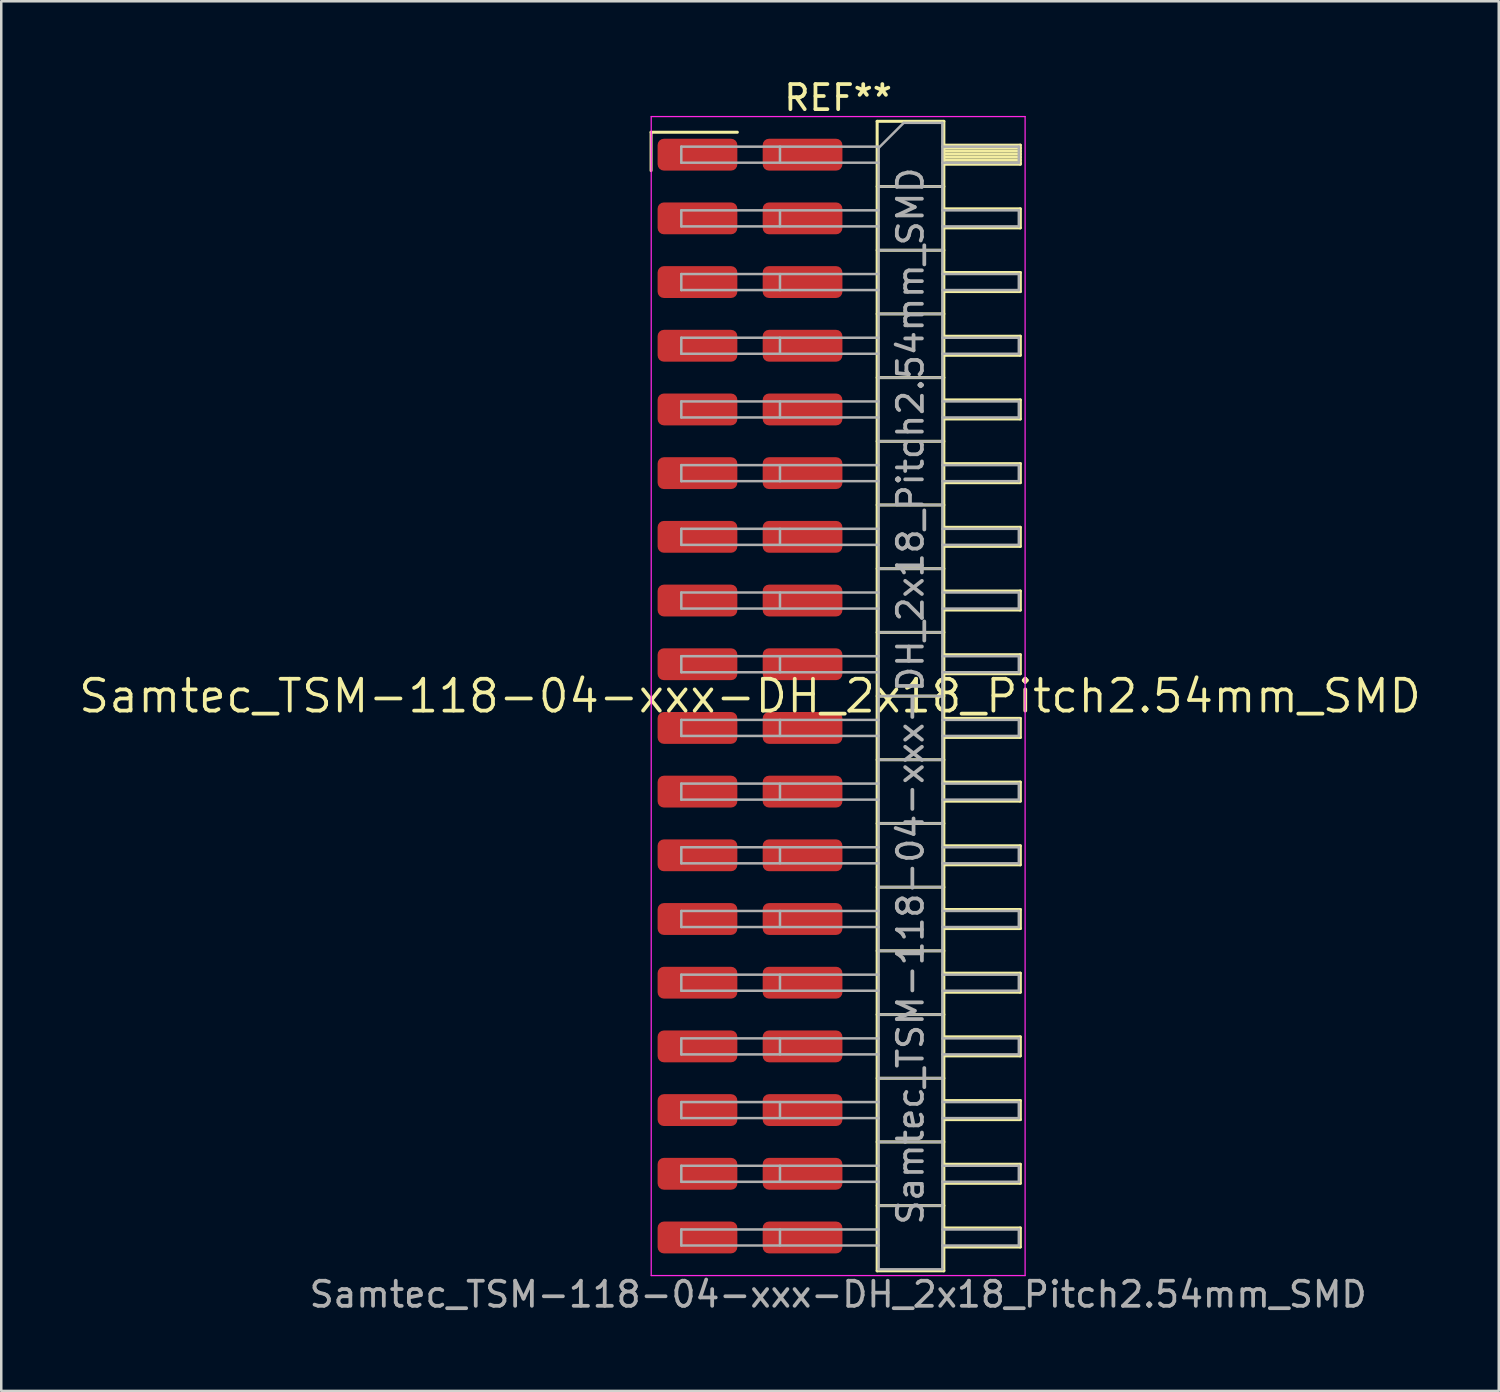
<source format=kicad_pcb>
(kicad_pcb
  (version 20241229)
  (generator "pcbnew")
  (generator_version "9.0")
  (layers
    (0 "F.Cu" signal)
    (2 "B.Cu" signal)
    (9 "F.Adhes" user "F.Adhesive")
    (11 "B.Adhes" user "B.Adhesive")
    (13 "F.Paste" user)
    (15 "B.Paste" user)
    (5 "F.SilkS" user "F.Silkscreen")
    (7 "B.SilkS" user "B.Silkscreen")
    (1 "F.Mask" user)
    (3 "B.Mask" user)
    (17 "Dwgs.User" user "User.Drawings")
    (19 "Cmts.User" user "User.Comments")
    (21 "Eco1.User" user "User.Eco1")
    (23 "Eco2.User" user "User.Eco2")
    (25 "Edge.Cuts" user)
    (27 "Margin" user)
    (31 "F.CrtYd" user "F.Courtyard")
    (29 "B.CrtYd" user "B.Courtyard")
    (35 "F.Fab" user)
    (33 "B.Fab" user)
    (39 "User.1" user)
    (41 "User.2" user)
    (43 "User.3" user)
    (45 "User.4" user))
  (footprint "Samtec_TSM-118-04-xxx-DH_2x18_Pitch2.54mm_SMD"
    (layer "F.Cu")
    (at 26.859 24.708)
    (property "Reference" "Samtec_TSM-118-04-xxx-DH_2x18_Pitch2.54mm_SMD" (at 0 0 0) (layer "F.SilkS") (effects (font (size 1.27 1.27) (thickness 0.15))))
    (attr smd)
    (fp_line (start -3.945 -22.485) (end -0.505 -22.485) (stroke (width 0.12) (type solid)) (layer "F.SilkS"))
    (fp_line (start -3.945 -20.955) (end -3.945 -22.485) (stroke (width 0.12) (type solid)) (layer "F.SilkS"))
    (fp_line (start 5.07 -22.92) (end 7.73 -22.92) (stroke (width 0.12) (type solid)) (layer "F.SilkS"))
    (fp_line (start 5.07 -20.32) (end 7.73 -20.32) (stroke (width 0.12) (type solid)) (layer "F.SilkS"))
    (fp_line (start 5.07 -17.78) (end 7.73 -17.78) (stroke (width 0.12) (type solid)) (layer "F.SilkS"))
    (fp_line (start 5.07 -15.24) (end 7.73 -15.24) (stroke (width 0.12) (type solid)) (layer "F.SilkS"))
    (fp_line (start 5.07 -12.7) (end 7.73 -12.7) (stroke (width 0.12) (type solid)) (layer "F.SilkS"))
    (fp_line (start 5.07 -10.16) (end 7.73 -10.16) (stroke (width 0.12) (type solid)) (layer "F.SilkS"))
    (fp_line (start 5.07 -7.62) (end 7.73 -7.62) (stroke (width 0.12) (type solid)) (layer "F.SilkS"))
    (fp_line (start 5.07 -5.08) (end 7.73 -5.08) (stroke (width 0.12) (type solid)) (layer "F.SilkS"))
    (fp_line (start 5.07 -2.54) (end 7.73 -2.54) (stroke (width 0.12) (type solid)) (layer "F.SilkS"))
    (fp_line (start 5.07 0) (end 7.73 0) (stroke (width 0.12) (type solid)) (layer "F.SilkS"))
    (fp_line (start 5.07 2.54) (end 7.73 2.54) (stroke (width 0.12) (type solid)) (layer "F.SilkS"))
    (fp_line (start 5.07 5.08) (end 7.73 5.08) (stroke (width 0.12) (type solid)) (layer "F.SilkS"))
    (fp_line (start 5.07 7.62) (end 7.73 7.62) (stroke (width 0.12) (type solid)) (layer "F.SilkS"))
    (fp_line (start 5.07 10.16) (end 7.73 10.16) (stroke (width 0.12) (type solid)) (layer "F.SilkS"))
    (fp_line (start 5.07 12.7) (end 7.73 12.7) (stroke (width 0.12) (type solid)) (layer "F.SilkS"))
    (fp_line (start 5.07 15.24) (end 7.73 15.24) (stroke (width 0.12) (type solid)) (layer "F.SilkS"))
    (fp_line (start 5.07 17.78) (end 7.73 17.78) (stroke (width 0.12) (type solid)) (layer "F.SilkS"))
    (fp_line (start 5.07 20.32) (end 7.73 20.32) (stroke (width 0.12) (type solid)) (layer "F.SilkS"))
    (fp_line (start 5.07 22.92) (end 5.07 -22.92) (stroke (width 0.12) (type solid)) (layer "F.SilkS"))
    (fp_line (start 7.73 -22.92) (end 7.73 22.92) (stroke (width 0.12) (type solid)) (layer "F.SilkS"))
    (fp_line (start 7.73 -21.97) (end 10.78 -21.97) (stroke (width 0.12) (type solid)) (layer "F.SilkS"))
    (fp_line (start 7.73 -21.85) (end 10.78 -21.85) (stroke (width 0.12) (type solid)) (layer "F.SilkS"))
    (fp_line (start 7.73 -21.73) (end 10.78 -21.73) (stroke (width 0.12) (type solid)) (layer "F.SilkS"))
    (fp_line (start 7.73 -21.61) (end 10.78 -21.61) (stroke (width 0.12) (type solid)) (layer "F.SilkS"))
    (fp_line (start 7.73 -21.49) (end 10.78 -21.49) (stroke (width 0.12) (type solid)) (layer "F.SilkS"))
    (fp_line (start 7.73 -21.37) (end 10.78 -21.37) (stroke (width 0.12) (type solid)) (layer "F.SilkS"))
    (fp_line (start 7.73 -21.25) (end 10.78 -21.25) (stroke (width 0.12) (type solid)) (layer "F.SilkS"))
    (fp_line (start 7.73 -21.21) (end 10.78 -21.21) (stroke (width 0.12) (type solid)) (layer "F.SilkS"))
    (fp_line (start 7.73 -19.43) (end 10.78 -19.43) (stroke (width 0.12) (type solid)) (layer "F.SilkS"))
    (fp_line (start 7.73 -18.67) (end 10.78 -18.67) (stroke (width 0.12) (type solid)) (layer "F.SilkS"))
    (fp_line (start 7.73 -16.89) (end 10.78 -16.89) (stroke (width 0.12) (type solid)) (layer "F.SilkS"))
    (fp_line (start 7.73 -16.13) (end 10.78 -16.13) (stroke (width 0.12) (type solid)) (layer "F.SilkS"))
    (fp_line (start 7.73 -14.35) (end 10.78 -14.35) (stroke (width 0.12) (type solid)) (layer "F.SilkS"))
    (fp_line (start 7.73 -13.59) (end 10.78 -13.59) (stroke (width 0.12) (type solid)) (layer "F.SilkS"))
    (fp_line (start 7.73 -11.81) (end 10.78 -11.81) (stroke (width 0.12) (type solid)) (layer "F.SilkS"))
    (fp_line (start 7.73 -11.05) (end 10.78 -11.05) (stroke (width 0.12) (type solid)) (layer "F.SilkS"))
    (fp_line (start 7.73 -9.27) (end 10.78 -9.27) (stroke (width 0.12) (type solid)) (layer "F.SilkS"))
    (fp_line (start 7.73 -8.51) (end 10.78 -8.51) (stroke (width 0.12) (type solid)) (layer "F.SilkS"))
    (fp_line (start 7.73 -6.73) (end 10.78 -6.73) (stroke (width 0.12) (type solid)) (layer "F.SilkS"))
    (fp_line (start 7.73 -5.97) (end 10.78 -5.97) (stroke (width 0.12) (type solid)) (layer "F.SilkS"))
    (fp_line (start 7.73 -4.19) (end 10.78 -4.19) (stroke (width 0.12) (type solid)) (layer "F.SilkS"))
    (fp_line (start 7.73 -3.43) (end 10.78 -3.43) (stroke (width 0.12) (type solid)) (layer "F.SilkS"))
    (fp_line (start 7.73 -1.65) (end 10.78 -1.65) (stroke (width 0.12) (type solid)) (layer "F.SilkS"))
    (fp_line (start 7.73 -0.89) (end 10.78 -0.89) (stroke (width 0.12) (type solid)) (layer "F.SilkS"))
    (fp_line (start 7.73 0.89) (end 10.78 0.89) (stroke (width 0.12) (type solid)) (layer "F.SilkS"))
    (fp_line (start 7.73 1.65) (end 10.78 1.65) (stroke (width 0.12) (type solid)) (layer "F.SilkS"))
    (fp_line (start 7.73 3.43) (end 10.78 3.43) (stroke (width 0.12) (type solid)) (layer "F.SilkS"))
    (fp_line (start 7.73 4.19) (end 10.78 4.19) (stroke (width 0.12) (type solid)) (layer "F.SilkS"))
    (fp_line (start 7.73 5.97) (end 10.78 5.97) (stroke (width 0.12) (type solid)) (layer "F.SilkS"))
    (fp_line (start 7.73 6.73) (end 10.78 6.73) (stroke (width 0.12) (type solid)) (layer "F.SilkS"))
    (fp_line (start 7.73 8.51) (end 10.78 8.51) (stroke (width 0.12) (type solid)) (layer "F.SilkS"))
    (fp_line (start 7.73 9.27) (end 10.78 9.27) (stroke (width 0.12) (type solid)) (layer "F.SilkS"))
    (fp_line (start 7.73 11.05) (end 10.78 11.05) (stroke (width 0.12) (type solid)) (layer "F.SilkS"))
    (fp_line (start 7.73 11.81) (end 10.78 11.81) (stroke (width 0.12) (type solid)) (layer "F.SilkS"))
    (fp_line (start 7.73 13.59) (end 10.78 13.59) (stroke (width 0.12) (type solid)) (layer "F.SilkS"))
    (fp_line (start 7.73 14.35) (end 10.78 14.35) (stroke (width 0.12) (type solid)) (layer "F.SilkS"))
    (fp_line (start 7.73 16.13) (end 10.78 16.13) (stroke (width 0.12) (type solid)) (layer "F.SilkS"))
    (fp_line (start 7.73 16.89) (end 10.78 16.89) (stroke (width 0.12) (type solid)) (layer "F.SilkS"))
    (fp_line (start 7.73 18.67) (end 10.78 18.67) (stroke (width 0.12) (type solid)) (layer "F.SilkS"))
    (fp_line (start 7.73 19.43) (end 10.78 19.43) (stroke (width 0.12) (type solid)) (layer "F.SilkS"))
    (fp_line (start 7.73 21.21) (end 10.78 21.21) (stroke (width 0.12) (type solid)) (layer "F.SilkS"))
    (fp_line (start 7.73 21.97) (end 10.78 21.97) (stroke (width 0.12) (type solid)) (layer "F.SilkS"))
    (fp_line (start 7.73 22.92) (end 5.07 22.92) (stroke (width 0.12) (type solid)) (layer "F.SilkS"))
    (fp_line (start 10.78 -21.97) (end 10.78 -21.21) (stroke (width 0.12) (type solid)) (layer "F.SilkS"))
    (fp_line (start 10.78 -19.43) (end 10.78 -18.67) (stroke (width 0.12) (type solid)) (layer "F.SilkS"))
    (fp_line (start 10.78 -16.89) (end 10.78 -16.13) (stroke (width 0.12) (type solid)) (layer "F.SilkS"))
    (fp_line (start 10.78 -14.35) (end 10.78 -13.59) (stroke (width 0.12) (type solid)) (layer "F.SilkS"))
    (fp_line (start 10.78 -11.81) (end 10.78 -11.05) (stroke (width 0.12) (type solid)) (layer "F.SilkS"))
    (fp_line (start 10.78 -9.27) (end 10.78 -8.51) (stroke (width 0.12) (type solid)) (layer "F.SilkS"))
    (fp_line (start 10.78 -6.73) (end 10.78 -5.97) (stroke (width 0.12) (type solid)) (layer "F.SilkS"))
    (fp_line (start 10.78 -4.19) (end 10.78 -3.43) (stroke (width 0.12) (type solid)) (layer "F.SilkS"))
    (fp_line (start 10.78 -1.65) (end 10.78 -0.89) (stroke (width 0.12) (type solid)) (layer "F.SilkS"))
    (fp_line (start 10.78 0.89) (end 10.78 1.65) (stroke (width 0.12) (type solid)) (layer "F.SilkS"))
    (fp_line (start 10.78 3.43) (end 10.78 4.19) (stroke (width 0.12) (type solid)) (layer "F.SilkS"))
    (fp_line (start 10.78 5.97) (end 10.78 6.73) (stroke (width 0.12) (type solid)) (layer "F.SilkS"))
    (fp_line (start 10.78 8.51) (end 10.78 9.27) (stroke (width 0.12) (type solid)) (layer "F.SilkS"))
    (fp_line (start 10.78 11.05) (end 10.78 11.81) (stroke (width 0.12) (type solid)) (layer "F.SilkS"))
    (fp_line (start 10.78 13.59) (end 10.78 14.35) (stroke (width 0.12) (type solid)) (layer "F.SilkS"))
    (fp_line (start 10.78 16.13) (end 10.78 16.89) (stroke (width 0.12) (type solid)) (layer "F.SilkS"))
    (fp_line (start 10.78 18.67) (end 10.78 19.43) (stroke (width 0.12) (type solid)) (layer "F.SilkS"))
    (fp_line (start 10.78 21.21) (end 10.78 21.97) (stroke (width 0.12) (type solid)) (layer "F.SilkS"))
    (fp_line (start -3.94 -23.11) (end 10.97 -23.11) (stroke (width 0.05) (type solid)) (layer "F.CrtYd"))
    (fp_line (start -3.94 23.11) (end -3.94 -23.11) (stroke (width 0.05) (type solid)) (layer "F.CrtYd"))
    (fp_line (start 10.97 -23.11) (end 10.97 23.11) (stroke (width 0.05) (type solid)) (layer "F.CrtYd"))
    (fp_line (start 10.97 23.11) (end -3.94 23.11) (stroke (width 0.05) (type solid)) (layer "F.CrtYd"))
    (fp_line (start -2.74 -21.91) (end -2.74 -21.27) (stroke (width 0.1) (type solid)) (layer "F.Fab"))
    (fp_line (start -2.74 -21.91) (end 5.13 -21.91) (stroke (width 0.1) (type solid)) (layer "F.Fab"))
    (fp_line (start -2.74 -21.27) (end 5.13 -21.27) (stroke (width 0.1) (type solid)) (layer "F.Fab"))
    (fp_line (start -2.74 -19.37) (end -2.74 -18.73) (stroke (width 0.1) (type solid)) (layer "F.Fab"))
    (fp_line (start -2.74 -19.37) (end 5.13 -19.37) (stroke (width 0.1) (type solid)) (layer "F.Fab"))
    (fp_line (start -2.74 -18.73) (end 5.13 -18.73) (stroke (width 0.1) (type solid)) (layer "F.Fab"))
    (fp_line (start -2.74 -16.83) (end -2.74 -16.19) (stroke (width 0.1) (type solid)) (layer "F.Fab"))
    (fp_line (start -2.74 -16.83) (end 5.13 -16.83) (stroke (width 0.1) (type solid)) (layer "F.Fab"))
    (fp_line (start -2.74 -16.19) (end 5.13 -16.19) (stroke (width 0.1) (type solid)) (layer "F.Fab"))
    (fp_line (start -2.74 -14.29) (end -2.74 -13.65) (stroke (width 0.1) (type solid)) (layer "F.Fab"))
    (fp_line (start -2.74 -14.29) (end 5.13 -14.29) (stroke (width 0.1) (type solid)) (layer "F.Fab"))
    (fp_line (start -2.74 -13.65) (end 5.13 -13.65) (stroke (width 0.1) (type solid)) (layer "F.Fab"))
    (fp_line (start -2.74 -11.75) (end -2.74 -11.11) (stroke (width 0.1) (type solid)) (layer "F.Fab"))
    (fp_line (start -2.74 -11.75) (end 5.13 -11.75) (stroke (width 0.1) (type solid)) (layer "F.Fab"))
    (fp_line (start -2.74 -11.11) (end 5.13 -11.11) (stroke (width 0.1) (type solid)) (layer "F.Fab"))
    (fp_line (start -2.74 -9.21) (end -2.74 -8.57) (stroke (width 0.1) (type solid)) (layer "F.Fab"))
    (fp_line (start -2.74 -9.21) (end 5.13 -9.21) (stroke (width 0.1) (type solid)) (layer "F.Fab"))
    (fp_line (start -2.74 -8.57) (end 5.13 -8.57) (stroke (width 0.1) (type solid)) (layer "F.Fab"))
    (fp_line (start -2.74 -6.67) (end -2.74 -6.03) (stroke (width 0.1) (type solid)) (layer "F.Fab"))
    (fp_line (start -2.74 -6.67) (end 5.13 -6.67) (stroke (width 0.1) (type solid)) (layer "F.Fab"))
    (fp_line (start -2.74 -6.03) (end 5.13 -6.03) (stroke (width 0.1) (type solid)) (layer "F.Fab"))
    (fp_line (start -2.74 -4.13) (end -2.74 -3.49) (stroke (width 0.1) (type solid)) (layer "F.Fab"))
    (fp_line (start -2.74 -4.13) (end 5.13 -4.13) (stroke (width 0.1) (type solid)) (layer "F.Fab"))
    (fp_line (start -2.74 -3.49) (end 5.13 -3.49) (stroke (width 0.1) (type solid)) (layer "F.Fab"))
    (fp_line (start -2.74 -1.59) (end -2.74 -0.95) (stroke (width 0.1) (type solid)) (layer "F.Fab"))
    (fp_line (start -2.74 -1.59) (end 5.13 -1.59) (stroke (width 0.1) (type solid)) (layer "F.Fab"))
    (fp_line (start -2.74 -0.95) (end 5.13 -0.95) (stroke (width 0.1) (type solid)) (layer "F.Fab"))
    (fp_line (start -2.74 0.95) (end -2.74 1.59) (stroke (width 0.1) (type solid)) (layer "F.Fab"))
    (fp_line (start -2.74 0.95) (end 5.13 0.95) (stroke (width 0.1) (type solid)) (layer "F.Fab"))
    (fp_line (start -2.74 1.59) (end 5.13 1.59) (stroke (width 0.1) (type solid)) (layer "F.Fab"))
    (fp_line (start -2.74 3.49) (end -2.74 4.13) (stroke (width 0.1) (type solid)) (layer "F.Fab"))
    (fp_line (start -2.74 3.49) (end 5.13 3.49) (stroke (width 0.1) (type solid)) (layer "F.Fab"))
    (fp_line (start -2.74 4.13) (end 5.13 4.13) (stroke (width 0.1) (type solid)) (layer "F.Fab"))
    (fp_line (start -2.74 6.03) (end -2.74 6.67) (stroke (width 0.1) (type solid)) (layer "F.Fab"))
    (fp_line (start -2.74 6.03) (end 5.13 6.03) (stroke (width 0.1) (type solid)) (layer "F.Fab"))
    (fp_line (start -2.74 6.67) (end 5.13 6.67) (stroke (width 0.1) (type solid)) (layer "F.Fab"))
    (fp_line (start -2.74 8.57) (end -2.74 9.21) (stroke (width 0.1) (type solid)) (layer "F.Fab"))
    (fp_line (start -2.74 8.57) (end 5.13 8.57) (stroke (width 0.1) (type solid)) (layer "F.Fab"))
    (fp_line (start -2.74 9.21) (end 5.13 9.21) (stroke (width 0.1) (type solid)) (layer "F.Fab"))
    (fp_line (start -2.74 11.11) (end -2.74 11.75) (stroke (width 0.1) (type solid)) (layer "F.Fab"))
    (fp_line (start -2.74 11.11) (end 5.13 11.11) (stroke (width 0.1) (type solid)) (layer "F.Fab"))
    (fp_line (start -2.74 11.75) (end 5.13 11.75) (stroke (width 0.1) (type solid)) (layer "F.Fab"))
    (fp_line (start -2.74 13.65) (end -2.74 14.29) (stroke (width 0.1) (type solid)) (layer "F.Fab"))
    (fp_line (start -2.74 13.65) (end 5.13 13.65) (stroke (width 0.1) (type solid)) (layer "F.Fab"))
    (fp_line (start -2.74 14.29) (end 5.13 14.29) (stroke (width 0.1) (type solid)) (layer "F.Fab"))
    (fp_line (start -2.74 16.19) (end -2.74 16.83) (stroke (width 0.1) (type solid)) (layer "F.Fab"))
    (fp_line (start -2.74 16.19) (end 5.13 16.19) (stroke (width 0.1) (type solid)) (layer "F.Fab"))
    (fp_line (start -2.74 16.83) (end 5.13 16.83) (stroke (width 0.1) (type solid)) (layer "F.Fab"))
    (fp_line (start -2.74 18.73) (end -2.74 19.37) (stroke (width 0.1) (type solid)) (layer "F.Fab"))
    (fp_line (start -2.74 18.73) (end 5.13 18.73) (stroke (width 0.1) (type solid)) (layer "F.Fab"))
    (fp_line (start -2.74 19.37) (end 5.13 19.37) (stroke (width 0.1) (type solid)) (layer "F.Fab"))
    (fp_line (start -2.74 21.27) (end -2.74 21.91) (stroke (width 0.1) (type solid)) (layer "F.Fab"))
    (fp_line (start -2.74 21.27) (end 5.13 21.27) (stroke (width 0.1) (type solid)) (layer "F.Fab"))
    (fp_line (start -2.74 21.91) (end 5.13 21.91) (stroke (width 0.1) (type solid)) (layer "F.Fab"))
    (fp_line (start 1.195 -21.91) (end 1.195 -21.27) (stroke (width 0.1) (type solid)) (layer "F.Fab"))
    (fp_line (start 1.195 -19.37) (end 1.195 -18.73) (stroke (width 0.1) (type solid)) (layer "F.Fab"))
    (fp_line (start 1.195 -16.83) (end 1.195 -16.19) (stroke (width 0.1) (type solid)) (layer "F.Fab"))
    (fp_line (start 1.195 -14.29) (end 1.195 -13.65) (stroke (width 0.1) (type solid)) (layer "F.Fab"))
    (fp_line (start 1.195 -11.75) (end 1.195 -11.11) (stroke (width 0.1) (type solid)) (layer "F.Fab"))
    (fp_line (start 1.195 -9.21) (end 1.195 -8.57) (stroke (width 0.1) (type solid)) (layer "F.Fab"))
    (fp_line (start 1.195 -6.67) (end 1.195 -6.03) (stroke (width 0.1) (type solid)) (layer "F.Fab"))
    (fp_line (start 1.195 -4.13) (end 1.195 -3.49) (stroke (width 0.1) (type solid)) (layer "F.Fab"))
    (fp_line (start 1.195 -1.59) (end 1.195 -0.95) (stroke (width 0.1) (type solid)) (layer "F.Fab"))
    (fp_line (start 1.195 0.95) (end 1.195 1.59) (stroke (width 0.1) (type solid)) (layer "F.Fab"))
    (fp_line (start 1.195 3.49) (end 1.195 4.13) (stroke (width 0.1) (type solid)) (layer "F.Fab"))
    (fp_line (start 1.195 6.03) (end 1.195 6.67) (stroke (width 0.1) (type solid)) (layer "F.Fab"))
    (fp_line (start 1.195 8.57) (end 1.195 9.21) (stroke (width 0.1) (type solid)) (layer "F.Fab"))
    (fp_line (start 1.195 11.11) (end 1.195 11.75) (stroke (width 0.1) (type solid)) (layer "F.Fab"))
    (fp_line (start 1.195 13.65) (end 1.195 14.29) (stroke (width 0.1) (type solid)) (layer "F.Fab"))
    (fp_line (start 1.195 16.19) (end 1.195 16.83) (stroke (width 0.1) (type solid)) (layer "F.Fab"))
    (fp_line (start 1.195 18.73) (end 1.195 19.37) (stroke (width 0.1) (type solid)) (layer "F.Fab"))
    (fp_line (start 1.195 21.27) (end 1.195 21.91) (stroke (width 0.1) (type solid)) (layer "F.Fab"))
    (fp_line (start 5.13 -21.86) (end 6.13 -22.86) (stroke (width 0.1) (type solid)) (layer "F.Fab"))
    (fp_line (start 5.13 -20.32) (end 7.67 -20.32) (stroke (width 0.1) (type solid)) (layer "F.Fab"))
    (fp_line (start 5.13 -17.78) (end 7.67 -17.78) (stroke (width 0.1) (type solid)) (layer "F.Fab"))
    (fp_line (start 5.13 -15.24) (end 7.67 -15.24) (stroke (width 0.1) (type solid)) (layer "F.Fab"))
    (fp_line (start 5.13 -12.7) (end 7.67 -12.7) (stroke (width 0.1) (type solid)) (layer "F.Fab"))
    (fp_line (start 5.13 -10.16) (end 7.67 -10.16) (stroke (width 0.1) (type solid)) (layer "F.Fab"))
    (fp_line (start 5.13 -7.62) (end 7.67 -7.62) (stroke (width 0.1) (type solid)) (layer "F.Fab"))
    (fp_line (start 5.13 -5.08) (end 7.67 -5.08) (stroke (width 0.1) (type solid)) (layer "F.Fab"))
    (fp_line (start 5.13 -2.54) (end 7.67 -2.54) (stroke (width 0.1) (type solid)) (layer "F.Fab"))
    (fp_line (start 5.13 0) (end 7.67 0) (stroke (width 0.1) (type solid)) (layer "F.Fab"))
    (fp_line (start 5.13 2.54) (end 7.67 2.54) (stroke (width 0.1) (type solid)) (layer "F.Fab"))
    (fp_line (start 5.13 5.08) (end 7.67 5.08) (stroke (width 0.1) (type solid)) (layer "F.Fab"))
    (fp_line (start 5.13 7.62) (end 7.67 7.62) (stroke (width 0.1) (type solid)) (layer "F.Fab"))
    (fp_line (start 5.13 10.16) (end 7.67 10.16) (stroke (width 0.1) (type solid)) (layer "F.Fab"))
    (fp_line (start 5.13 12.7) (end 7.67 12.7) (stroke (width 0.1) (type solid)) (layer "F.Fab"))
    (fp_line (start 5.13 15.24) (end 7.67 15.24) (stroke (width 0.1) (type solid)) (layer "F.Fab"))
    (fp_line (start 5.13 17.78) (end 7.67 17.78) (stroke (width 0.1) (type solid)) (layer "F.Fab"))
    (fp_line (start 5.13 20.32) (end 7.67 20.32) (stroke (width 0.1) (type solid)) (layer "F.Fab"))
    (fp_line (start 5.13 22.86) (end 5.13 -21.86) (stroke (width 0.1) (type solid)) (layer "F.Fab"))
    (fp_line (start 6.13 -22.86) (end 7.67 -22.86) (stroke (width 0.1) (type solid)) (layer "F.Fab"))
    (fp_line (start 7.67 -22.86) (end 7.67 22.86) (stroke (width 0.1) (type solid)) (layer "F.Fab"))
    (fp_line (start 7.67 -21.91) (end 10.72 -21.91) (stroke (width 0.1) (type solid)) (layer "F.Fab"))
    (fp_line (start 7.67 -21.27) (end 10.72 -21.27) (stroke (width 0.1) (type solid)) (layer "F.Fab"))
    (fp_line (start 7.67 -19.37) (end 10.72 -19.37) (stroke (width 0.1) (type solid)) (layer "F.Fab"))
    (fp_line (start 7.67 -18.73) (end 10.72 -18.73) (stroke (width 0.1) (type solid)) (layer "F.Fab"))
    (fp_line (start 7.67 -16.83) (end 10.72 -16.83) (stroke (width 0.1) (type solid)) (layer "F.Fab"))
    (fp_line (start 7.67 -16.19) (end 10.72 -16.19) (stroke (width 0.1) (type solid)) (layer "F.Fab"))
    (fp_line (start 7.67 -14.29) (end 10.72 -14.29) (stroke (width 0.1) (type solid)) (layer "F.Fab"))
    (fp_line (start 7.67 -13.65) (end 10.72 -13.65) (stroke (width 0.1) (type solid)) (layer "F.Fab"))
    (fp_line (start 7.67 -11.75) (end 10.72 -11.75) (stroke (width 0.1) (type solid)) (layer "F.Fab"))
    (fp_line (start 7.67 -11.11) (end 10.72 -11.11) (stroke (width 0.1) (type solid)) (layer "F.Fab"))
    (fp_line (start 7.67 -9.21) (end 10.72 -9.21) (stroke (width 0.1) (type solid)) (layer "F.Fab"))
    (fp_line (start 7.67 -8.57) (end 10.72 -8.57) (stroke (width 0.1) (type solid)) (layer "F.Fab"))
    (fp_line (start 7.67 -6.67) (end 10.72 -6.67) (stroke (width 0.1) (type solid)) (layer "F.Fab"))
    (fp_line (start 7.67 -6.03) (end 10.72 -6.03) (stroke (width 0.1) (type solid)) (layer "F.Fab"))
    (fp_line (start 7.67 -4.13) (end 10.72 -4.13) (stroke (width 0.1) (type solid)) (layer "F.Fab"))
    (fp_line (start 7.67 -3.49) (end 10.72 -3.49) (stroke (width 0.1) (type solid)) (layer "F.Fab"))
    (fp_line (start 7.67 -1.59) (end 10.72 -1.59) (stroke (width 0.1) (type solid)) (layer "F.Fab"))
    (fp_line (start 7.67 -0.95) (end 10.72 -0.95) (stroke (width 0.1) (type solid)) (layer "F.Fab"))
    (fp_line (start 7.67 0.95) (end 10.72 0.95) (stroke (width 0.1) (type solid)) (layer "F.Fab"))
    (fp_line (start 7.67 1.59) (end 10.72 1.59) (stroke (width 0.1) (type solid)) (layer "F.Fab"))
    (fp_line (start 7.67 3.49) (end 10.72 3.49) (stroke (width 0.1) (type solid)) (layer "F.Fab"))
    (fp_line (start 7.67 4.13) (end 10.72 4.13) (stroke (width 0.1) (type solid)) (layer "F.Fab"))
    (fp_line (start 7.67 6.03) (end 10.72 6.03) (stroke (width 0.1) (type solid)) (layer "F.Fab"))
    (fp_line (start 7.67 6.67) (end 10.72 6.67) (stroke (width 0.1) (type solid)) (layer "F.Fab"))
    (fp_line (start 7.67 8.57) (end 10.72 8.57) (stroke (width 0.1) (type solid)) (layer "F.Fab"))
    (fp_line (start 7.67 9.21) (end 10.72 9.21) (stroke (width 0.1) (type solid)) (layer "F.Fab"))
    (fp_line (start 7.67 11.11) (end 10.72 11.11) (stroke (width 0.1) (type solid)) (layer "F.Fab"))
    (fp_line (start 7.67 11.75) (end 10.72 11.75) (stroke (width 0.1) (type solid)) (layer "F.Fab"))
    (fp_line (start 7.67 13.65) (end 10.72 13.65) (stroke (width 0.1) (type solid)) (layer "F.Fab"))
    (fp_line (start 7.67 14.29) (end 10.72 14.29) (stroke (width 0.1) (type solid)) (layer "F.Fab"))
    (fp_line (start 7.67 16.19) (end 10.72 16.19) (stroke (width 0.1) (type solid)) (layer "F.Fab"))
    (fp_line (start 7.67 16.83) (end 10.72 16.83) (stroke (width 0.1) (type solid)) (layer "F.Fab"))
    (fp_line (start 7.67 18.73) (end 10.72 18.73) (stroke (width 0.1) (type solid)) (layer "F.Fab"))
    (fp_line (start 7.67 19.37) (end 10.72 19.37) (stroke (width 0.1) (type solid)) (layer "F.Fab"))
    (fp_line (start 7.67 21.27) (end 10.72 21.27) (stroke (width 0.1) (type solid)) (layer "F.Fab"))
    (fp_line (start 7.67 21.91) (end 10.72 21.91) (stroke (width 0.1) (type solid)) (layer "F.Fab"))
    (fp_line (start 7.67 22.86) (end 5.13 22.86) (stroke (width 0.1) (type solid)) (layer "F.Fab"))
    (fp_line (start 10.72 -21.91) (end 10.72 -21.27) (stroke (width 0.1) (type solid)) (layer "F.Fab"))
    (fp_line (start 10.72 -19.37) (end 10.72 -18.73) (stroke (width 0.1) (type solid)) (layer "F.Fab"))
    (fp_line (start 10.72 -16.83) (end 10.72 -16.19) (stroke (width 0.1) (type solid)) (layer "F.Fab"))
    (fp_line (start 10.72 -14.29) (end 10.72 -13.65) (stroke (width 0.1) (type solid)) (layer "F.Fab"))
    (fp_line (start 10.72 -11.75) (end 10.72 -11.11) (stroke (width 0.1) (type solid)) (layer "F.Fab"))
    (fp_line (start 10.72 -9.21) (end 10.72 -8.57) (stroke (width 0.1) (type solid)) (layer "F.Fab"))
    (fp_line (start 10.72 -6.67) (end 10.72 -6.03) (stroke (width 0.1) (type solid)) (layer "F.Fab"))
    (fp_line (start 10.72 -4.13) (end 10.72 -3.49) (stroke (width 0.1) (type solid)) (layer "F.Fab"))
    (fp_line (start 10.72 -1.59) (end 10.72 -0.95) (stroke (width 0.1) (type solid)) (layer "F.Fab"))
    (fp_line (start 10.72 0.95) (end 10.72 1.59) (stroke (width 0.1) (type solid)) (layer "F.Fab"))
    (fp_line (start 10.72 3.49) (end 10.72 4.13) (stroke (width 0.1) (type solid)) (layer "F.Fab"))
    (fp_line (start 10.72 6.03) (end 10.72 6.67) (stroke (width 0.1) (type solid)) (layer "F.Fab"))
    (fp_line (start 10.72 8.57) (end 10.72 9.21) (stroke (width 0.1) (type solid)) (layer "F.Fab"))
    (fp_line (start 10.72 11.11) (end 10.72 11.75) (stroke (width 0.1) (type solid)) (layer "F.Fab"))
    (fp_line (start 10.72 13.65) (end 10.72 14.29) (stroke (width 0.1) (type solid)) (layer "F.Fab"))
    (fp_line (start 10.72 16.19) (end 10.72 16.83) (stroke (width 0.1) (type solid)) (layer "F.Fab"))
    (fp_line (start 10.72 18.73) (end 10.72 19.37) (stroke (width 0.1) (type solid)) (layer "F.Fab"))
    (fp_line (start 10.72 21.27) (end 10.72 21.91) (stroke (width 0.1) (type solid)) (layer "F.Fab"))
    (fp_text user "REF**" (at 3.515 -23.86 0) (layer "F.SilkS") (effects (font (size 1 1) (thickness 0.15))))
    (fp_text user "Samtec_TSM-118-04-xxx-DH_2x18_Pitch2.54mm_SMD" (at 3.515 23.86 0) (layer "F.Fab") (effects (font (size 1 1) (thickness 0.15))))
    (fp_text user "${REFERENCE}" (at 6.4 0 90) (layer "F.Fab") (effects (font (size 1 1) (thickness 0.15))))
    (pad "1" smd roundrect (at -2.095 -21.59) (size 3.18 1.27) (layers "F.Cu" "F.Mask" "F.Paste") (roundrect_rratio 0.197))
    (pad "2" smd roundrect (at 2.095 -21.59) (size 3.18 1.27) (layers "F.Cu" "F.Mask" "F.Paste") (roundrect_rratio 0.197))
    (pad "3" smd roundrect (at -2.095 -19.05) (size 3.18 1.27) (layers "F.Cu" "F.Mask" "F.Paste") (roundrect_rratio 0.197))
    (pad "4" smd roundrect (at 2.095 -19.05) (size 3.18 1.27) (layers "F.Cu" "F.Mask" "F.Paste") (roundrect_rratio 0.197))
    (pad "5" smd roundrect (at -2.095 -16.51) (size 3.18 1.27) (layers "F.Cu" "F.Mask" "F.Paste") (roundrect_rratio 0.197))
    (pad "6" smd roundrect (at 2.095 -16.51) (size 3.18 1.27) (layers "F.Cu" "F.Mask" "F.Paste") (roundrect_rratio 0.197))
    (pad "7" smd roundrect (at -2.095 -13.97) (size 3.18 1.27) (layers "F.Cu" "F.Mask" "F.Paste") (roundrect_rratio 0.197))
    (pad "8" smd roundrect (at 2.095 -13.97) (size 3.18 1.27) (layers "F.Cu" "F.Mask" "F.Paste") (roundrect_rratio 0.197))
    (pad "9" smd roundrect (at -2.095 -11.43) (size 3.18 1.27) (layers "F.Cu" "F.Mask" "F.Paste") (roundrect_rratio 0.197))
    (pad "10" smd roundrect (at 2.095 -11.43) (size 3.18 1.27) (layers "F.Cu" "F.Mask" "F.Paste") (roundrect_rratio 0.197))
    (pad "11" smd roundrect (at -2.095 -8.89) (size 3.18 1.27) (layers "F.Cu" "F.Mask" "F.Paste") (roundrect_rratio 0.197))
    (pad "12" smd roundrect (at 2.095 -8.89) (size 3.18 1.27) (layers "F.Cu" "F.Mask" "F.Paste") (roundrect_rratio 0.197))
    (pad "13" smd roundrect (at -2.095 -6.35) (size 3.18 1.27) (layers "F.Cu" "F.Mask" "F.Paste") (roundrect_rratio 0.197))
    (pad "14" smd roundrect (at 2.095 -6.35) (size 3.18 1.27) (layers "F.Cu" "F.Mask" "F.Paste") (roundrect_rratio 0.197))
    (pad "15" smd roundrect (at -2.095 -3.81) (size 3.18 1.27) (layers "F.Cu" "F.Mask" "F.Paste") (roundrect_rratio 0.197))
    (pad "16" smd roundrect (at 2.095 -3.81) (size 3.18 1.27) (layers "F.Cu" "F.Mask" "F.Paste") (roundrect_rratio 0.197))
    (pad "17" smd roundrect (at -2.095 -1.27) (size 3.18 1.27) (layers "F.Cu" "F.Mask" "F.Paste") (roundrect_rratio 0.197))
    (pad "18" smd roundrect (at 2.095 -1.27) (size 3.18 1.27) (layers "F.Cu" "F.Mask" "F.Paste") (roundrect_rratio 0.197))
    (pad "19" smd roundrect (at -2.095 1.27) (size 3.18 1.27) (layers "F.Cu" "F.Mask" "F.Paste") (roundrect_rratio 0.197))
    (pad "20" smd roundrect (at 2.095 1.27) (size 3.18 1.27) (layers "F.Cu" "F.Mask" "F.Paste") (roundrect_rratio 0.197))
    (pad "21" smd roundrect (at -2.095 3.81) (size 3.18 1.27) (layers "F.Cu" "F.Mask" "F.Paste") (roundrect_rratio 0.197))
    (pad "22" smd roundrect (at 2.095 3.81) (size 3.18 1.27) (layers "F.Cu" "F.Mask" "F.Paste") (roundrect_rratio 0.197))
    (pad "23" smd roundrect (at -2.095 6.35) (size 3.18 1.27) (layers "F.Cu" "F.Mask" "F.Paste") (roundrect_rratio 0.197))
    (pad "24" smd roundrect (at 2.095 6.35) (size 3.18 1.27) (layers "F.Cu" "F.Mask" "F.Paste") (roundrect_rratio 0.197))
    (pad "25" smd roundrect (at -2.095 8.89) (size 3.18 1.27) (layers "F.Cu" "F.Mask" "F.Paste") (roundrect_rratio 0.197))
    (pad "26" smd roundrect (at 2.095 8.89) (size 3.18 1.27) (layers "F.Cu" "F.Mask" "F.Paste") (roundrect_rratio 0.197))
    (pad "27" smd roundrect (at -2.095 11.43) (size 3.18 1.27) (layers "F.Cu" "F.Mask" "F.Paste") (roundrect_rratio 0.197))
    (pad "28" smd roundrect (at 2.095 11.43) (size 3.18 1.27) (layers "F.Cu" "F.Mask" "F.Paste") (roundrect_rratio 0.197))
    (pad "29" smd roundrect (at -2.095 13.97) (size 3.18 1.27) (layers "F.Cu" "F.Mask" "F.Paste") (roundrect_rratio 0.197))
    (pad "30" smd roundrect (at 2.095 13.97) (size 3.18 1.27) (layers "F.Cu" "F.Mask" "F.Paste") (roundrect_rratio 0.197))
    (pad "31" smd roundrect (at -2.095 16.51) (size 3.18 1.27) (layers "F.Cu" "F.Mask" "F.Paste") (roundrect_rratio 0.197))
    (pad "32" smd roundrect (at 2.095 16.51) (size 3.18 1.27) (layers "F.Cu" "F.Mask" "F.Paste") (roundrect_rratio 0.197))
    (pad "33" smd roundrect (at -2.095 19.05) (size 3.18 1.27) (layers "F.Cu" "F.Mask" "F.Paste") (roundrect_rratio 0.197))
    (pad "34" smd roundrect (at 2.095 19.05) (size 3.18 1.27) (layers "F.Cu" "F.Mask" "F.Paste") (roundrect_rratio 0.197))
    (pad "35" smd roundrect (at -2.095 21.59) (size 3.18 1.27) (layers "F.Cu" "F.Mask" "F.Paste") (roundrect_rratio 0.197))
    (pad "36" smd roundrect (at 2.095 21.59) (size 3.18 1.27) (layers "F.Cu" "F.Mask" "F.Paste") (roundrect_rratio 0.197)))
  (gr_rect
    (start -3 -3)
    (end 56.717 52.416)
    (stroke (width 0.1) (type default))
    (fill no)
    (layer "Edge.Cuts")))
</source>
